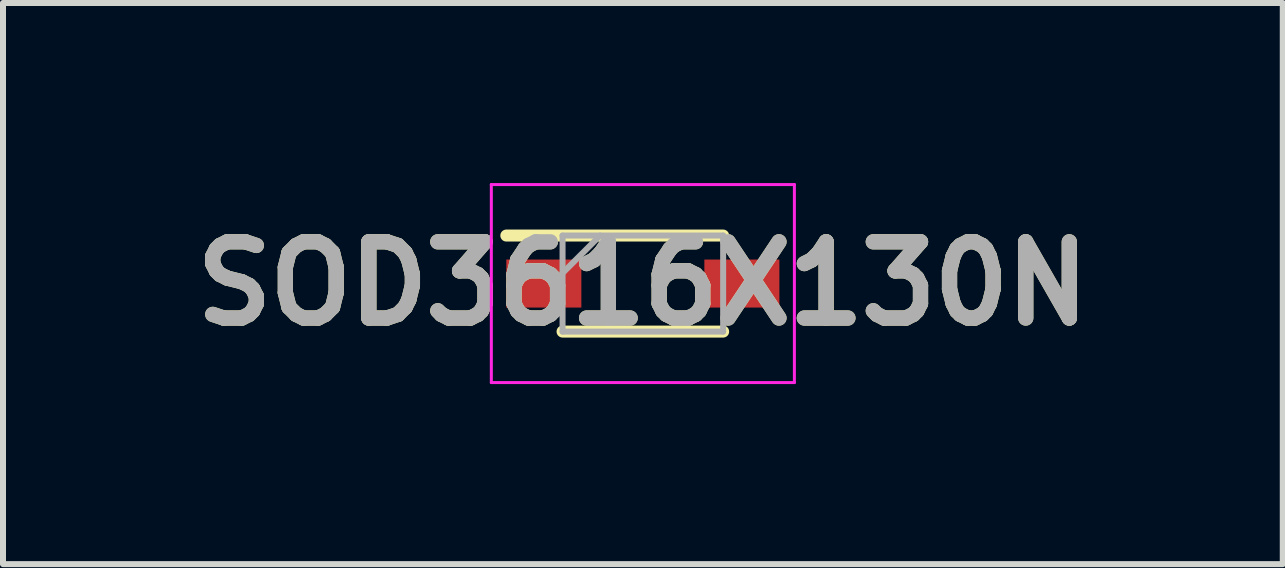
<source format=kicad_pcb>
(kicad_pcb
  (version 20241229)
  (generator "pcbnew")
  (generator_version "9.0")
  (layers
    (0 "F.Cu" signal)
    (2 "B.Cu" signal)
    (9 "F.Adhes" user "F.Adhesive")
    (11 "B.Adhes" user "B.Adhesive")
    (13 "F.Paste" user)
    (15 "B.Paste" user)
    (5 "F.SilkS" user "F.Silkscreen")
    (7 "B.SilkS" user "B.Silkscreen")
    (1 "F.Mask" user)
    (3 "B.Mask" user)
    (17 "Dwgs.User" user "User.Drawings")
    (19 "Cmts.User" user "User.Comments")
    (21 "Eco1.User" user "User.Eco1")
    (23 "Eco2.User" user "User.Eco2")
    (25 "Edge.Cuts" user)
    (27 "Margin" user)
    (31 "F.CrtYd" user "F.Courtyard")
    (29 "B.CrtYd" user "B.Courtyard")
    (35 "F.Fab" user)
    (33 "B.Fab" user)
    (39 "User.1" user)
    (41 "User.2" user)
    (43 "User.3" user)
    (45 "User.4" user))
  (footprint "SOD3616X130N"
    (layer "F.Cu")
    (at 7.662 1.675)
    (property "Reference" "SOD3616X130N" (at 0 0 0) (layer "F.SilkS") (effects (font (size 1.27 1.27) (thickness 0.254))))
    (attr smd)
    (fp_line (start -2.275 -0.8) (end 1.338 -0.8) (stroke (width 0.2) (type solid)) (layer "F.SilkS"))
    (fp_line (start -1.338 0.8) (end 1.338 0.8) (stroke (width 0.2) (type solid)) (layer "F.SilkS"))
    (fp_line (start -2.525 -1.65) (end 2.525 -1.65) (stroke (width 0.05) (type solid)) (layer "F.CrtYd"))
    (fp_line (start -2.525 1.65) (end -2.525 -1.65) (stroke (width 0.05) (type solid)) (layer "F.CrtYd"))
    (fp_line (start 2.525 -1.65) (end 2.525 1.65) (stroke (width 0.05) (type solid)) (layer "F.CrtYd"))
    (fp_line (start 2.525 1.65) (end -2.525 1.65) (stroke (width 0.05) (type solid)) (layer "F.CrtYd"))
    (fp_line (start -1.338 -0.8) (end 1.338 -0.8) (stroke (width 0.1) (type solid)) (layer "F.Fab"))
    (fp_line (start -1.338 -0.175) (end -0.712 -0.8) (stroke (width 0.1) (type solid)) (layer "F.Fab"))
    (fp_line (start -1.338 0.8) (end -1.338 -0.8) (stroke (width 0.1) (type solid)) (layer "F.Fab"))
    (fp_line (start 1.338 -0.8) (end 1.338 0.8) (stroke (width 0.1) (type solid)) (layer "F.Fab"))
    (fp_line (start 1.338 0.8) (end -1.338 0.8) (stroke (width 0.1) (type solid)) (layer "F.Fab"))
    (fp_text user "${REFERENCE}" (at 0 0 0) (layer "F.Fab") (effects (font (size 1.27 1.27) (thickness 0.254))))
    (pad "1" smd rect (at -1.65 0 90) (size 0.8 1.25) (layers "F.Cu" "F.Mask" "F.Paste"))
    (pad "2" smd rect (at 1.65 0 90) (size 0.8 1.25) (layers "F.Cu" "F.Mask" "F.Paste")))
  (gr_rect
    (start -3 -3)
    (end 18.325 6.35)
    (stroke (width 0.1) (type default))
    (fill no)
    (layer "Edge.Cuts")))
</source>
